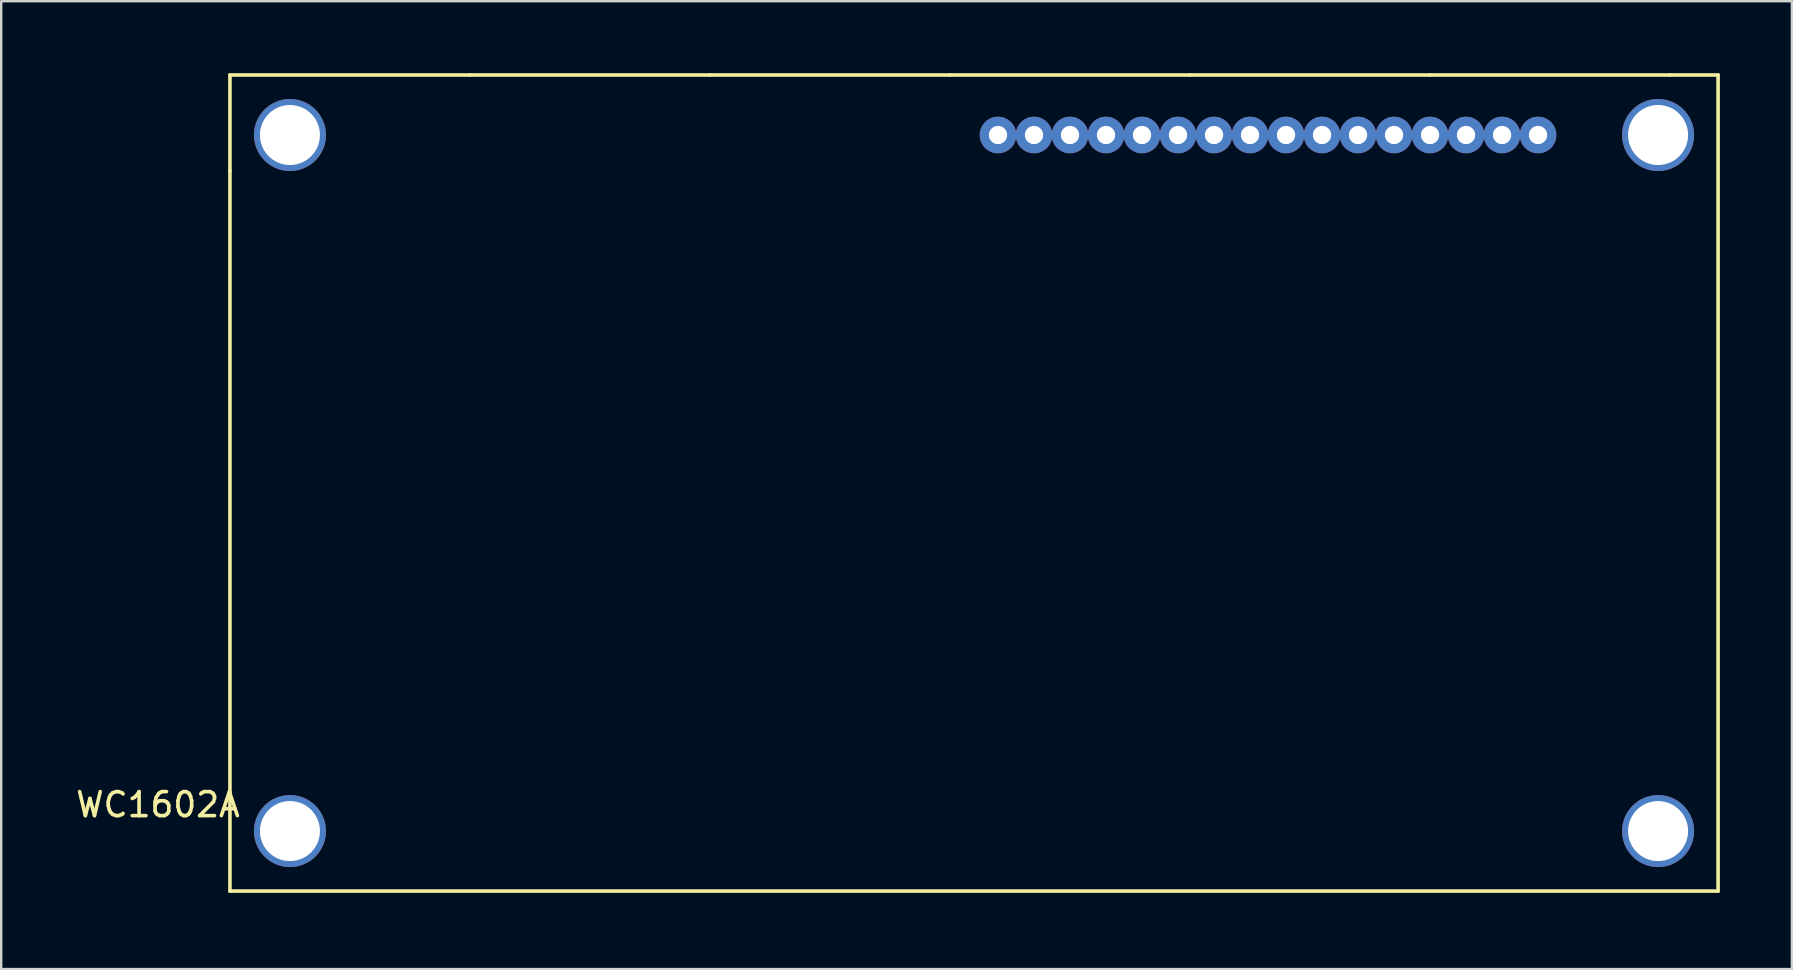
<source format=kicad_pcb>
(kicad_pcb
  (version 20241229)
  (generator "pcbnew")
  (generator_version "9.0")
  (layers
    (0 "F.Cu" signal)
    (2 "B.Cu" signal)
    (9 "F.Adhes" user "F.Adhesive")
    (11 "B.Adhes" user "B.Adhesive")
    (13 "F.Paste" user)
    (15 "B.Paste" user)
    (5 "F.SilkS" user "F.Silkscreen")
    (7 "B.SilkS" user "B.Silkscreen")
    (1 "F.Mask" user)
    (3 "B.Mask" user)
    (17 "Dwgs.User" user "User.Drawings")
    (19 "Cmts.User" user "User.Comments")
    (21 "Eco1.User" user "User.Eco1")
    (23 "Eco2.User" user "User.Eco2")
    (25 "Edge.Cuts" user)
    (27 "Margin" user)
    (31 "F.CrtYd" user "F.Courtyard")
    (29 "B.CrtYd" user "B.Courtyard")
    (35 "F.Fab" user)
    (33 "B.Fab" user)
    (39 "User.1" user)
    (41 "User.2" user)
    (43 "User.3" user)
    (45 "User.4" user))
  (footprint "WC1602A"
    (layer "F.Cu")
    (at 6.53 34.075)
    (property "Reference" "WC1602A" (at -3 -3.599 0) (layer "F.SilkS") (effects (font (size 1 1) (thickness 0.15))))
    (attr through_hole)
    (fp_line (start 0 -34) (end 10 -34) (stroke (width 0.15) (type solid)) (layer "F.SilkS"))
    (fp_line (start 0 -30) (end 0 -34) (stroke (width 0.15) (type solid)) (layer "F.SilkS"))
    (fp_line (start 0 0) (end 0 -30) (stroke (width 0.15) (type solid)) (layer "F.SilkS"))
    (fp_line (start 10 -34) (end 20 -34) (stroke (width 0.15) (type solid)) (layer "F.SilkS"))
    (fp_line (start 20 -34) (end 30 -34) (stroke (width 0.15) (type solid)) (layer "F.SilkS"))
    (fp_line (start 30 -34) (end 40 -34) (stroke (width 0.15) (type solid)) (layer "F.SilkS"))
    (fp_line (start 40 -34) (end 50 -34) (stroke (width 0.15) (type solid)) (layer "F.SilkS"))
    (fp_line (start 50 -34) (end 60 -34) (stroke (width 0.15) (type solid)) (layer "F.SilkS"))
    (fp_line (start 60 -34) (end 62 -34) (stroke (width 0.15) (type solid)) (layer "F.SilkS"))
    (fp_line (start 62 -34) (end 62 0) (stroke (width 0.15) (type solid)) (layer "F.SilkS"))
    (fp_line (start 62 0) (end 0 0) (stroke (width 0.15) (type solid)) (layer "F.SilkS"))
    (pad "0" thru_hole circle (at 2.5 -31.5) (size 3 3) (drill 2.5) (layers "*.Cu" "*.Mask"))
    (pad "0" thru_hole circle (at 2.5 -2.5) (size 3 3) (drill 2.5) (layers "*.Cu" "*.Mask"))
    (pad "0" thru_hole circle (at 59.5 -31.5) (size 3 3) (drill 2.5) (layers "*.Cu" "*.Mask"))
    (pad "0" thru_hole circle (at 59.5 -2.5) (size 3 3) (drill 2.5) (layers "*.Cu" "*.Mask"))
    (pad "3" thru_hole circle (at 54.5 -31.5) (size 1.524 1.524) (drill 0.762) (layers "*.Cu" "*.Mask"))
    (pad "20" thru_hole circle (at 53 -31.5) (size 1.524 1.524) (drill 0.762) (layers "*.Cu" "*.Mask"))
    (pad "21" thru_hole circle (at 51.5 -31.5) (size 1.524 1.524) (drill 0.762) (layers "*.Cu" "*.Mask"))
    (pad "22" thru_hole circle (at 50 -31.5) (size 1.524 1.524) (drill 0.762) (layers "*.Cu" "*.Mask"))
    (pad "23" thru_hole circle (at 48.5 -31.5) (size 1.524 1.524) (drill 0.762) (layers "*.Cu" "*.Mask"))
    (pad "24" thru_hole circle (at 47 -31.5) (size 1.524 1.524) (drill 0.762) (layers "*.Cu" "*.Mask"))
    (pad "25" thru_hole circle (at 45.5 -31.5) (size 1.524 1.524) (drill 0.762) (layers "*.Cu" "*.Mask"))
    (pad "26" thru_hole circle (at 44 -31.5) (size 1.524 1.524) (drill 0.762) (layers "*.Cu" "*.Mask"))
    (pad "27" thru_hole circle (at 42.5 -31.5) (size 1.524 1.524) (drill 0.762) (layers "*.Cu" "*.Mask"))
    (pad "28" thru_hole circle (at 41 -31.5) (size 1.524 1.524) (drill 0.762) (layers "*.Cu" "*.Mask"))
    (pad "29" thru_hole circle (at 39.5 -31.5) (size 1.524 1.524) (drill 0.762) (layers "*.Cu" "*.Mask"))
    (pad "30" thru_hole circle (at 38 -31.5) (size 1.524 1.524) (drill 0.762) (layers "*.Cu" "*.Mask"))
    (pad "31" thru_hole circle (at 36.5 -31.5) (size 1.524 1.524) (drill 0.762) (layers "*.Cu" "*.Mask"))
    (pad "32" thru_hole circle (at 35 -31.5) (size 1.524 1.524) (drill 0.762) (layers "*.Cu" "*.Mask"))
    (pad "33" thru_hole circle (at 33.5 -31.5) (size 1.524 1.524) (drill 0.762) (layers "*.Cu" "*.Mask"))
    (pad "34" thru_hole circle (at 32 -31.5) (size 1.524 1.524) (drill 0.762) (layers "*.Cu" "*.Mask")))
  (gr_rect
    (start -3 -3)
    (end 71.605 37.325)
    (stroke (width 0.1) (type default))
    (fill no)
    (layer "Edge.Cuts")))
</source>
